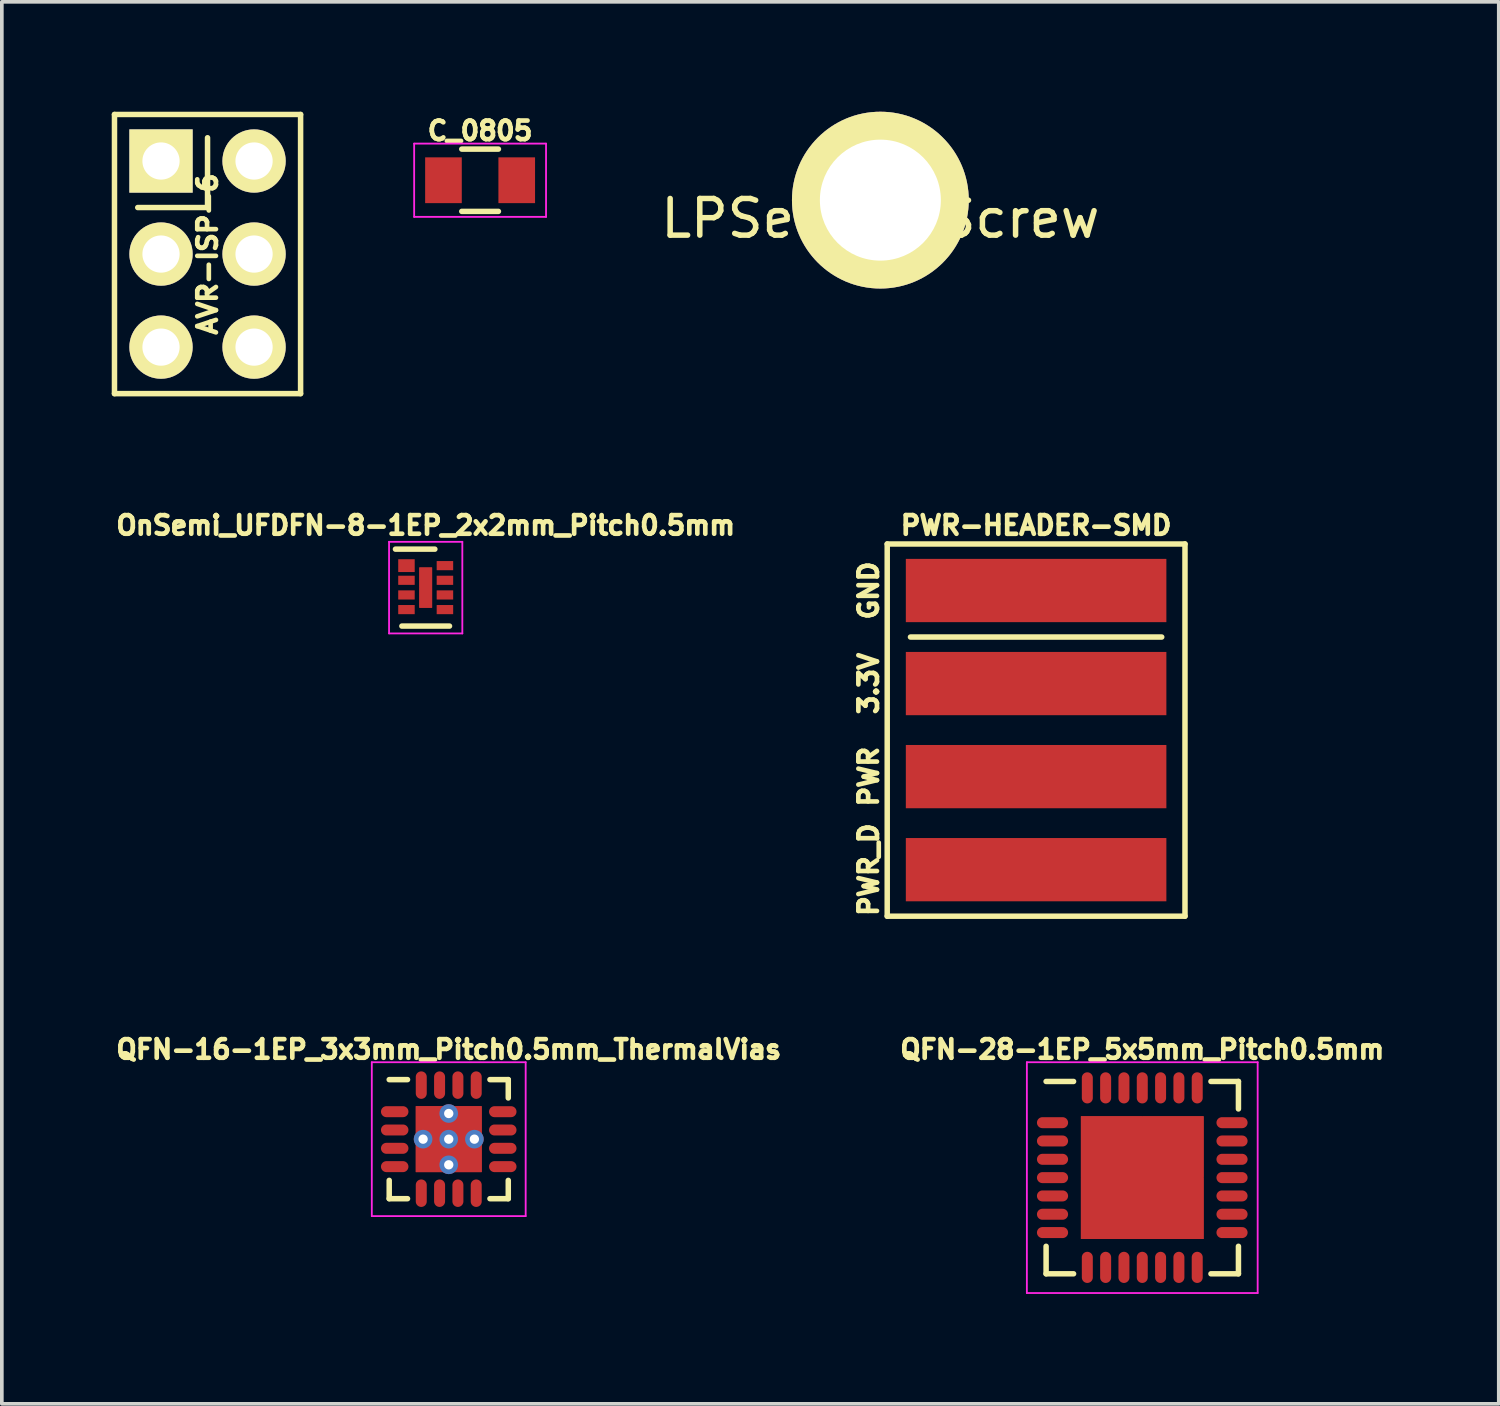
<source format=kicad_pcb>
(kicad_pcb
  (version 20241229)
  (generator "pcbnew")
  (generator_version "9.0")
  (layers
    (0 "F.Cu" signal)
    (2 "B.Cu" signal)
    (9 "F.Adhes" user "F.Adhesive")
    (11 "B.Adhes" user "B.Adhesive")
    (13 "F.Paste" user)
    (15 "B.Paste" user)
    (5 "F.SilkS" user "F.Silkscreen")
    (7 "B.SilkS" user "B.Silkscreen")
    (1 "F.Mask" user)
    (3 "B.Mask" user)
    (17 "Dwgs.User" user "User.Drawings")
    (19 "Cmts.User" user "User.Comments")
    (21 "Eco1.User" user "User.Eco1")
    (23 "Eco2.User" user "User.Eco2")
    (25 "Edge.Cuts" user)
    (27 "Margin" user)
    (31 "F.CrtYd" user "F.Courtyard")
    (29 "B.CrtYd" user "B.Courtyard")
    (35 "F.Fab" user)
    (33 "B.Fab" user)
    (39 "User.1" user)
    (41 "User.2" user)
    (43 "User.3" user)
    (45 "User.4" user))
  (footprint "AVR-ISP-6"
    (layer "F.Cu")
    (at 2.615 3.885)
    (property "Reference" "AVR-ISP-6" (at 0 0 90) (layer "F.SilkS") (effects (font (size 0.51 0.51) (thickness 0.127))))
    (attr through_hole)
    (fp_line (start -2.54 -3.81) (end 2.54 -3.81) (stroke (width 0.15) (type solid)) (layer "F.SilkS"))
    (fp_line (start -2.54 3.81) (end -2.54 -3.81) (stroke (width 0.15) (type solid)) (layer "F.SilkS"))
    (fp_line (start 0 -3.175) (end 0 -1.27) (stroke (width 0.15) (type solid)) (layer "F.SilkS"))
    (fp_line (start 0 -1.27) (end -1.905 -1.27) (stroke (width 0.15) (type solid)) (layer "F.SilkS"))
    (fp_line (start 2.54 -3.81) (end 2.54 3.81) (stroke (width 0.15) (type solid)) (layer "F.SilkS"))
    (fp_line (start 2.54 3.81) (end -2.54 3.81) (stroke (width 0.15) (type solid)) (layer "F.SilkS"))
    (pad "1" thru_hole rect (at -1.27 -2.54) (size 1.727 1.727) (drill 1.016) (layers "*.Cu" "*.Mask" "F.SilkS"))
    (pad "2" thru_hole circle (at 1.27 -2.54) (size 1.727 1.727) (drill 1.016) (layers "*.Cu" "*.Mask" "F.SilkS"))
    (pad "3" thru_hole circle (at -1.27 0) (size 1.727 1.727) (drill 1.016) (layers "*.Cu" "*.Mask" "F.SilkS"))
    (pad "4" thru_hole circle (at 1.27 0) (size 1.727 1.727) (drill 1.016) (layers "*.Cu" "*.Mask" "F.SilkS"))
    (pad "5" thru_hole circle (at -1.27 2.54) (size 1.727 1.727) (drill 1.016) (layers "*.Cu" "*.Mask" "F.SilkS"))
    (pad "6" thru_hole circle (at 1.27 2.54) (size 1.727 1.727) (drill 1.016) (layers "*.Cu" "*.Mask" "F.SilkS")))
  (footprint "C_0805"
    (layer "F.Cu")
    (at 10.055 1.87)
    (property "Reference" "C_0805" (at 0 -1.35 0) (layer "F.SilkS") (effects (font (size 0.508 0.508) (thickness 0.127))))
    (attr smd)
    (fp_line (start -0.5 0.85) (end 0.5 0.85) (stroke (width 0.15) (type solid)) (layer "F.SilkS"))
    (fp_line (start 0.5 -0.85) (end -0.5 -0.85) (stroke (width 0.15) (type solid)) (layer "F.SilkS"))
    (fp_line (start -1.8 -1) (end -1.8 1) (stroke (width 0.05) (type solid)) (layer "F.CrtYd"))
    (fp_line (start -1.8 -1) (end 1.8 -1) (stroke (width 0.05) (type solid)) (layer "F.CrtYd"))
    (fp_line (start -1.8 1) (end 1.8 1) (stroke (width 0.05) (type solid)) (layer "F.CrtYd"))
    (fp_line (start 1.8 -1) (end 1.8 1) (stroke (width 0.05) (type solid)) (layer "F.CrtYd"))
    (pad "1" smd rect (at -1 0) (size 1 1.25) (layers "F.Cu" "F.Mask" "F.Paste"))
    (pad "2" smd rect (at 1 0) (size 1 1.25) (layers "F.Cu" "F.Mask" "F.Paste")))
  (footprint "OnSemi_UFDFN-8-1EP_2x2mm_Pitch0.5mm"
    (layer "F.Cu")
    (at 8.57 12.99)
    (property "Reference" "OnSemi_UFDFN-8-1EP_2x2mm_Pitch0.5mm" (at 0 -1.7 0) (layer "F.SilkS") (effects (font (size 0.508 0.508) (thickness 0.127))))
    (attr smd)
    (fp_line (start -0.825 -1.05) (end 0.25 -1.05) (stroke (width 0.15) (type solid)) (layer "F.SilkS"))
    (fp_line (start -0.65 1.05) (end 0.65 1.05) (stroke (width 0.15) (type solid)) (layer "F.SilkS"))
    (fp_line (start -1 -1.25) (end -1 1.25) (stroke (width 0.05) (type solid)) (layer "F.CrtYd"))
    (fp_line (start -1 -1.25) (end 1 -1.25) (stroke (width 0.05) (type solid)) (layer "F.CrtYd"))
    (fp_line (start -1 1.25) (end 1 1.25) (stroke (width 0.05) (type solid)) (layer "F.CrtYd"))
    (fp_line (start 1 -1.25) (end 1 1.25) (stroke (width 0.05) (type solid)) (layer "F.CrtYd"))
    (pad "1" smd rect (at -0.525 -0.6) (size 0.45 0.35) (layers "F.Cu" "F.Mask" "F.Paste"))
    (pad "2" smd rect (at -0.525 -0.2) (size 0.45 0.25) (layers "F.Cu" "F.Mask" "F.Paste"))
    (pad "3" smd rect (at -0.525 0.2) (size 0.45 0.25) (layers "F.Cu" "F.Mask" "F.Paste"))
    (pad "4" smd rect (at -0.525 0.6) (size 0.45 0.25) (layers "F.Cu" "F.Mask" "F.Paste"))
    (pad "5" smd rect (at 0.525 0.6) (size 0.45 0.25) (layers "F.Cu" "F.Mask" "F.Paste"))
    (pad "6" smd rect (at 0.525 0.2) (size 0.45 0.25) (layers "F.Cu" "F.Mask" "F.Paste"))
    (pad "7" smd rect (at 0.525 -0.2) (size 0.45 0.25) (layers "F.Cu" "F.Mask" "F.Paste"))
    (pad "8" smd rect (at 0.525 -0.6) (size 0.45 0.25) (layers "F.Cu" "F.Mask" "F.Paste"))
    (pad "9" smd rect (at 0 -0.275) (size 0.35 0.55) (layers "F.Cu" "F.Mask" "F.Paste"))
    (pad "9" smd rect (at 0 0) (size 0.35 1.1) (layers "F.Cu" "F.Mask" "F.Paste"))
    (pad "9" smd rect (at 0 0.275) (size 0.35 0.55) (layers "F.Cu" "F.Mask" "F.Paste")))
  (footprint "QFN-28-1EP_5x5mm_Pitch0.5mm"
    (layer "F.Cu")
    (at 28.13 29.095)
    (property "Reference" "QFN-28-1EP_5x5mm_Pitch0.5mm" (at 0 -3.5 0) (layer "F.SilkS") (effects (font (size 0.508 0.508) (thickness 0.127))))
    (attr smd)
    (fp_line (start -2.625 -2.625) (end -1.875 -2.625) (stroke (width 0.15) (type solid)) (layer "F.SilkS"))
    (fp_line (start -2.625 2.625) (end -2.625 1.875) (stroke (width 0.15) (type solid)) (layer "F.SilkS"))
    (fp_line (start -2.625 2.625) (end -1.875 2.625) (stroke (width 0.15) (type solid)) (layer "F.SilkS"))
    (fp_line (start 2.625 -2.625) (end 1.875 -2.625) (stroke (width 0.15) (type solid)) (layer "F.SilkS"))
    (fp_line (start 2.625 -2.625) (end 2.625 -1.875) (stroke (width 0.15) (type solid)) (layer "F.SilkS"))
    (fp_line (start 2.625 2.625) (end 1.875 2.625) (stroke (width 0.15) (type solid)) (layer "F.SilkS"))
    (fp_line (start 2.625 2.625) (end 2.625 1.875) (stroke (width 0.15) (type solid)) (layer "F.SilkS"))
    (fp_line (start -3.15 -3.15) (end -3.15 3.15) (stroke (width 0.05) (type solid)) (layer "F.CrtYd"))
    (fp_line (start -3.15 -3.15) (end 3.15 -3.15) (stroke (width 0.05) (type solid)) (layer "F.CrtYd"))
    (fp_line (start -3.15 3.15) (end 3.15 3.15) (stroke (width 0.05) (type solid)) (layer "F.CrtYd"))
    (fp_line (start 3.15 -3.15) (end 3.15 3.15) (stroke (width 0.05) (type solid)) (layer "F.CrtYd"))
    (pad "1" smd oval (at -2.45 -1.5) (size 0.85 0.3) (layers "F.Cu" "F.Mask" "F.Paste"))
    (pad "2" smd oval (at -2.45 -1) (size 0.85 0.3) (layers "F.Cu" "F.Mask" "F.Paste"))
    (pad "3" smd oval (at -2.45 -0.5) (size 0.85 0.3) (layers "F.Cu" "F.Mask" "F.Paste"))
    (pad "4" smd oval (at -2.45 0) (size 0.85 0.3) (layers "F.Cu" "F.Mask" "F.Paste"))
    (pad "5" smd oval (at -2.45 0.5) (size 0.85 0.3) (layers "F.Cu" "F.Mask" "F.Paste"))
    (pad "6" smd oval (at -2.45 1) (size 0.85 0.3) (layers "F.Cu" "F.Mask" "F.Paste"))
    (pad "7" smd oval (at -2.45 1.5) (size 0.85 0.3) (layers "F.Cu" "F.Mask" "F.Paste"))
    (pad "8" smd oval (at -1.5 2.45 90) (size 0.85 0.3) (layers "F.Cu" "F.Mask" "F.Paste"))
    (pad "9" smd oval (at -1 2.45 90) (size 0.85 0.3) (layers "F.Cu" "F.Mask" "F.Paste"))
    (pad "10" smd oval (at -0.5 2.45 90) (size 0.85 0.3) (layers "F.Cu" "F.Mask" "F.Paste"))
    (pad "11" smd oval (at 0 2.45 90) (size 0.85 0.3) (layers "F.Cu" "F.Mask" "F.Paste"))
    (pad "12" smd oval (at 0.5 2.45 90) (size 0.85 0.3) (layers "F.Cu" "F.Mask" "F.Paste"))
    (pad "13" smd oval (at 1 2.45 90) (size 0.85 0.3) (layers "F.Cu" "F.Mask" "F.Paste"))
    (pad "14" smd oval (at 1.5 2.45 90) (size 0.85 0.3) (layers "F.Cu" "F.Mask" "F.Paste"))
    (pad "15" smd oval (at 2.45 1.5) (size 0.85 0.3) (layers "F.Cu" "F.Mask" "F.Paste"))
    (pad "16" smd oval (at 2.45 1) (size 0.85 0.3) (layers "F.Cu" "F.Mask" "F.Paste"))
    (pad "17" smd oval (at 2.45 0.5) (size 0.85 0.3) (layers "F.Cu" "F.Mask" "F.Paste"))
    (pad "18" smd oval (at 2.45 0) (size 0.85 0.3) (layers "F.Cu" "F.Mask" "F.Paste"))
    (pad "19" smd oval (at 2.45 -0.5) (size 0.85 0.3) (layers "F.Cu" "F.Mask" "F.Paste"))
    (pad "20" smd oval (at 2.45 -1) (size 0.85 0.3) (layers "F.Cu" "F.Mask" "F.Paste"))
    (pad "21" smd oval (at 2.45 -1.5) (size 0.85 0.3) (layers "F.Cu" "F.Mask" "F.Paste"))
    (pad "22" smd oval (at 1.5 -2.45 90) (size 0.85 0.3) (layers "F.Cu" "F.Mask" "F.Paste"))
    (pad "23" smd oval (at 1 -2.45 90) (size 0.85 0.3) (layers "F.Cu" "F.Mask" "F.Paste"))
    (pad "24" smd oval (at 0.5 -2.45 90) (size 0.85 0.3) (layers "F.Cu" "F.Mask" "F.Paste"))
    (pad "25" smd oval (at 0 -2.45 90) (size 0.85 0.3) (layers "F.Cu" "F.Mask" "F.Paste"))
    (pad "26" smd oval (at -0.5 -2.45 90) (size 0.85 0.3) (layers "F.Cu" "F.Mask" "F.Paste"))
    (pad "27" smd oval (at -1 -2.45 90) (size 0.85 0.3) (layers "F.Cu" "F.Mask" "F.Paste"))
    (pad "28" smd oval (at -1.5 -2.45 90) (size 0.85 0.3) (layers "F.Cu" "F.Mask" "F.Paste"))
    (pad "29" smd rect (at -0.838 -0.838) (size 1.675 1.675) (layers "F.Cu" "F.Mask" "F.Paste"))
    (pad "29" smd rect (at -0.838 0.838) (size 1.675 1.675) (layers "F.Cu" "F.Mask" "F.Paste"))
    (pad "29" smd rect (at 0 0) (size 3.35 3.35) (layers "F.Cu" "F.Mask"))
    (pad "29" smd rect (at 0.838 -0.838) (size 1.675 1.675) (layers "F.Cu" "F.Mask" "F.Paste"))
    (pad "29" smd rect (at 0.838 0.838) (size 1.675 1.675) (layers "F.Cu" "F.Mask" "F.Paste")))
  (footprint "QFN-16-1EP_3x3mm_Pitch0.5mm_ThermalVias"
    (layer "F.Cu")
    (at 9.199 28.045)
    (property "Reference" "QFN-16-1EP_3x3mm_Pitch0.5mm_ThermalVias" (at 0 -2.45 0) (layer "F.SilkS") (effects (font (size 0.508 0.508) (thickness 0.127))))
    (attr smd)
    (fp_line (start -1.625 -1.625) (end -1.125 -1.625) (stroke (width 0.15) (type solid)) (layer "F.SilkS"))
    (fp_line (start -1.625 1.625) (end -1.625 1.125) (stroke (width 0.15) (type solid)) (layer "F.SilkS"))
    (fp_line (start -1.625 1.625) (end -1.125 1.625) (stroke (width 0.15) (type solid)) (layer "F.SilkS"))
    (fp_line (start 1.625 -1.625) (end 1.125 -1.625) (stroke (width 0.15) (type solid)) (layer "F.SilkS"))
    (fp_line (start 1.625 -1.625) (end 1.625 -1.125) (stroke (width 0.15) (type solid)) (layer "F.SilkS"))
    (fp_line (start 1.625 1.625) (end 1.125 1.625) (stroke (width 0.15) (type solid)) (layer "F.SilkS"))
    (fp_line (start 1.625 1.625) (end 1.625 1.125) (stroke (width 0.15) (type solid)) (layer "F.SilkS"))
    (fp_line (start -2.1 -2.1) (end -2.1 2.1) (stroke (width 0.05) (type solid)) (layer "F.CrtYd"))
    (fp_line (start -2.1 -2.1) (end 2.1 -2.1) (stroke (width 0.05) (type solid)) (layer "F.CrtYd"))
    (fp_line (start -2.1 2.1) (end 2.1 2.1) (stroke (width 0.05) (type solid)) (layer "F.CrtYd"))
    (fp_line (start 2.1 -2.1) (end 2.1 2.1) (stroke (width 0.05) (type solid)) (layer "F.CrtYd"))
    (pad "1" smd oval (at -1.475 -0.75) (size 0.75 0.3) (layers "F.Cu" "F.Mask" "F.Paste"))
    (pad "2" smd oval (at -1.475 -0.25) (size 0.75 0.3) (layers "F.Cu" "F.Mask" "F.Paste"))
    (pad "3" smd oval (at -1.475 0.25) (size 0.75 0.3) (layers "F.Cu" "F.Mask" "F.Paste"))
    (pad "4" smd oval (at -1.475 0.75) (size 0.75 0.3) (layers "F.Cu" "F.Mask" "F.Paste"))
    (pad "5" smd oval (at -0.75 1.475 90) (size 0.75 0.3) (layers "F.Cu" "F.Mask" "F.Paste"))
    (pad "6" smd oval (at -0.25 1.475 90) (size 0.75 0.3) (layers "F.Cu" "F.Mask" "F.Paste"))
    (pad "7" smd oval (at 0.25 1.475 90) (size 0.75 0.3) (layers "F.Cu" "F.Mask" "F.Paste"))
    (pad "8" smd oval (at 0.75 1.475 90) (size 0.75 0.3) (layers "F.Cu" "F.Mask" "F.Paste"))
    (pad "9" smd oval (at 1.475 0.75) (size 0.75 0.3) (layers "F.Cu" "F.Mask" "F.Paste"))
    (pad "10" smd oval (at 1.475 0.25) (size 0.75 0.3) (layers "F.Cu" "F.Mask" "F.Paste"))
    (pad "11" smd oval (at 1.475 -0.25) (size 0.75 0.3) (layers "F.Cu" "F.Mask" "F.Paste"))
    (pad "12" smd oval (at 1.475 -0.75) (size 0.75 0.3) (layers "F.Cu" "F.Mask" "F.Paste"))
    (pad "13" smd oval (at 0.75 -1.475 90) (size 0.75 0.3) (layers "F.Cu" "F.Mask" "F.Paste"))
    (pad "14" smd oval (at 0.25 -1.475 90) (size 0.75 0.3) (layers "F.Cu" "F.Mask" "F.Paste"))
    (pad "15" smd oval (at -0.25 -1.475 90) (size 0.75 0.3) (layers "F.Cu" "F.Mask" "F.Paste"))
    (pad "16" smd oval (at -0.75 -1.475 90) (size 0.75 0.3) (layers "F.Cu" "F.Mask" "F.Paste"))
    (pad "17" thru_hole circle (at -0.7 0) (size 0.508 0.508) (drill 0.254) (layers "*.Cu" "*.Mask"))
    (pad "17" smd rect (at -0.45 -0.45) (size 0.9 0.9) (layers "F.Cu" "F.Mask" "F.Paste"))
    (pad "17" smd rect (at -0.45 0.45) (size 0.9 0.9) (layers "F.Cu" "F.Mask" "F.Paste"))
    (pad "17" thru_hole circle (at 0 -0.7) (size 0.508 0.508) (drill 0.254) (layers "*.Cu" "*.Mask"))
    (pad "17" thru_hole circle (at 0 0) (size 0.508 0.508) (drill 0.254) (layers "*.Cu" "*.Mask"))
    (pad "17" smd rect (at 0 0) (size 1.8 1.8) (layers "F.Cu" "F.Mask"))
    (pad "17" thru_hole circle (at 0 0.7) (size 0.508 0.508) (drill 0.254) (layers "*.Cu" "*.Mask"))
    (pad "17" smd rect (at 0.45 -0.45) (size 0.9 0.9) (layers "F.Cu" "F.Mask" "F.Paste"))
    (pad "17" smd rect (at 0.45 0.45) (size 0.9 0.9) (layers "F.Cu" "F.Mask" "F.Paste"))
    (pad "17" thru_hole circle (at 0.7 0) (size 0.508 0.508) (drill 0.254) (layers "*.Cu" "*.Mask")))
  (footprint "LPSeries-Screw"
    (layer "F.Cu")
    (at 20.981 2.413)
    (property "Reference" "LPSeries-Screw" (at 0 0.5 0) (layer "F.SilkS") (effects (font (size 1 1) (thickness 0.15))))
    (attr through_hole)
    (pad "1" thru_hole circle (at 0 0) (size 4.826 4.826) (drill 3.302) (layers "*.Cu" "*.Mask" "F.SilkS")))
  (footprint "PWR-HEADER-SMD"
    (layer "F.Cu")
    (at 25.232 16.879)
    (property "Reference" "PWR-HEADER-SMD" (at 0 -5.588 180) (layer "F.SilkS") (effects (font (size 0.51 0.51) (thickness 0.127))))
    (attr through_hole)
    (fp_line (start -4.064 -5.08) (end 4.064 -5.08) (stroke (width 0.15) (type solid)) (layer "F.SilkS"))
    (fp_line (start -4.064 5.08) (end -4.064 -5.08) (stroke (width 0.15) (type solid)) (layer "F.SilkS"))
    (fp_line (start 3.429 -2.54) (end -3.429 -2.54) (stroke (width 0.15) (type solid)) (layer "F.SilkS"))
    (fp_line (start 4.064 -5.08) (end 4.064 5.08) (stroke (width 0.15) (type solid)) (layer "F.SilkS"))
    (fp_line (start 4.064 5.08) (end -4.064 5.08) (stroke (width 0.15) (type solid)) (layer "F.SilkS"))
    (fp_text user "GND" (at -4.572 -3.81 270) (layer "F.SilkS") (effects (font (size 0.508 0.508) (thickness 0.127))))
    (fp_text user "PWR" (at -4.572 1.27 90) (layer "F.SilkS") (effects (font (size 0.508 0.508) (thickness 0.127))))
    (fp_text user "3.3V" (at -4.572 -1.27 90) (layer "F.SilkS") (effects (font (size 0.508 0.508) (thickness 0.127))))
    (fp_text user "PWR_D" (at -4.572 3.81 90) (layer "F.SilkS") (effects (font (size 0.508 0.508) (thickness 0.127))))
    (pad "1" smd rect (at 0 -3.81) (size 7.112 1.727) (layers "F.Cu" "F.Mask" "F.Paste"))
    (pad "2" smd rect (at 0 -1.27) (size 7.112 1.727) (layers "F.Cu" "F.Mask" "F.Paste"))
    (pad "3" smd rect (at 0 1.27) (size 7.112 1.727) (layers "F.Cu" "F.Mask" "F.Paste"))
    (pad "4" smd rect (at 0 3.81) (size 7.112 1.727) (layers "F.Cu" "F.Mask" "F.Paste")))
  (gr_rect
    (start -3 -3)
    (end 37.861 35.27)
    (stroke (width 0.1) (type default))
    (fill no)
    (layer "Edge.Cuts")))
</source>
